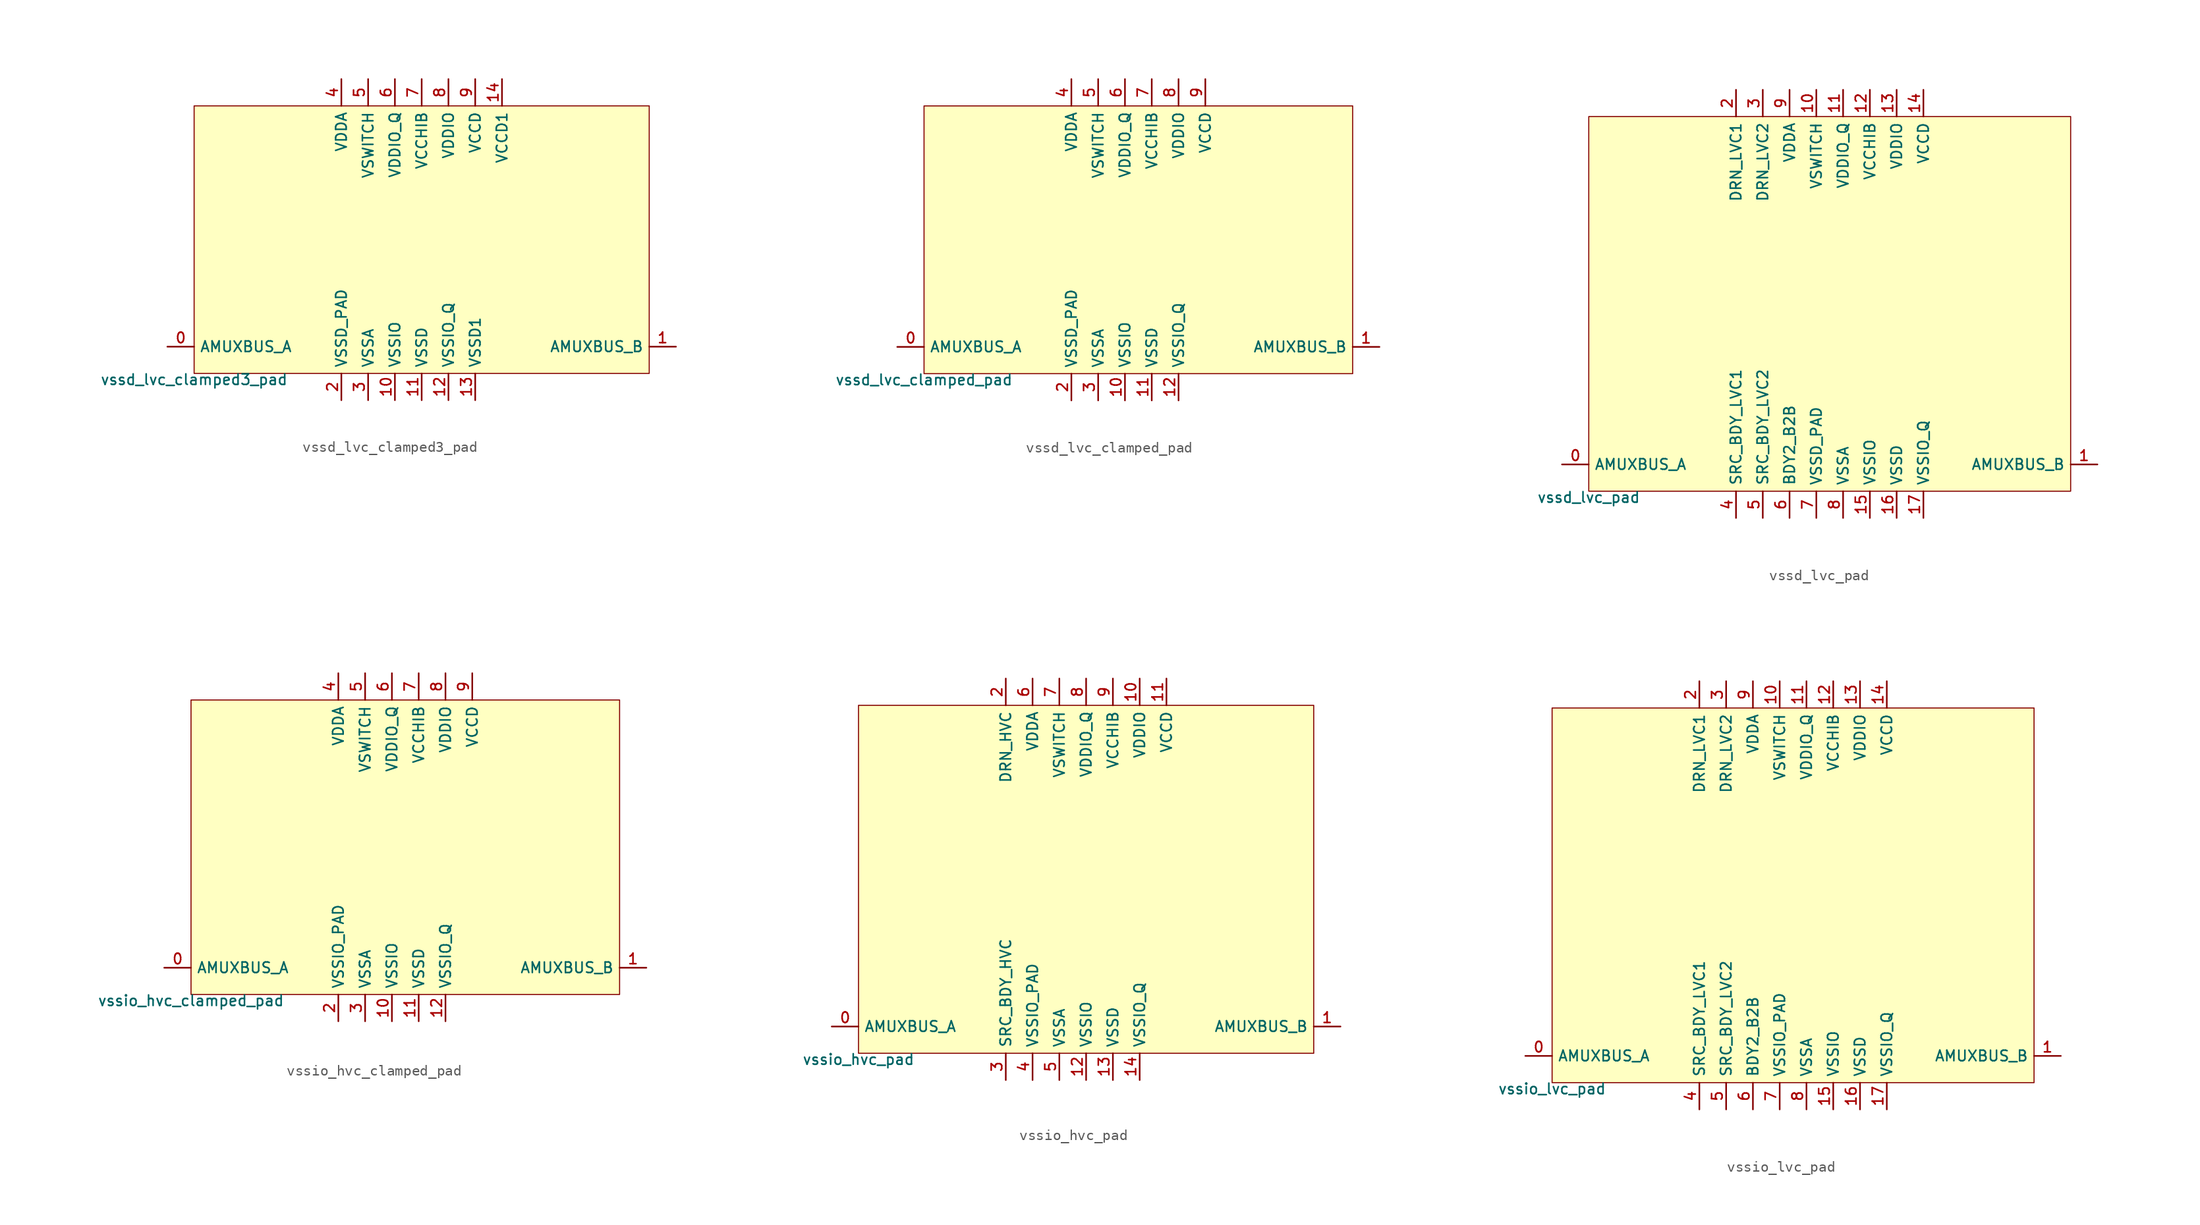
<source format=kicad_sym>
(kicad_symbol_lib
  (version 20211014)
  (generator pdk2kicad)
  (symbol "vssd_lvc_clamped3_pad"
    (property "Reference" "X"
      (at 0 0 0)
      (effects (font (size 1 1)) hide))
    (property "Value" "vssd_lvc_clamped3_pad"
      (at -21.59 -12.7 0)
      (effects (font (size 1 1)) (justify top)))
    (rectangle
      (start -21.59 -12.7)
      (end 21.59 12.7)
      (stroke (width 0.1) (type solid) (color 0 0 0 0))
      (fill (type background)))
    (pin bidirectional line
      (at -24.13 -10.16 0)
      (length 2.54)
      (name "AMUXBUS_A" (effects (font (size 1 1)) hide))
      (number "0" (effects (font (size 1 1)) hide)))
    (pin bidirectional line
      (at 24.13 -10.16 180)
      (length 2.54)
      (name "AMUXBUS_B" (effects (font (size 1 1)) hide))
      (number "1" (effects (font (size 1 1)) hide)))
    (pin power_in line
      (at -7.62 -15.24 90)
      (length 2.54)
      (name "VSSD_PAD" (effects (font (size 1 1)) hide))
      (number "2" (effects (font (size 1 1)) hide)))
    (pin power_in line
      (at -5.08 -15.24 90)
      (length 2.54)
      (name "VSSA" (effects (font (size 1 1)) hide))
      (number "3" (effects (font (size 1 1)) hide)))
    (pin power_in line
      (at -7.62 15.24 270)
      (length 2.54)
      (name "VDDA" (effects (font (size 1 1)) hide))
      (number "4" (effects (font (size 1 1)) hide)))
    (pin power_in line
      (at -5.08 15.24 270)
      (length 2.54)
      (name "VSWITCH" (effects (font (size 1 1)) hide))
      (number "5" (effects (font (size 1 1)) hide)))
    (pin power_in line
      (at -2.54 15.24 270)
      (length 2.54)
      (name "VDDIO_Q" (effects (font (size 1 1)) hide))
      (number "6" (effects (font (size 1 1)) hide)))
    (pin power_in line
      (at 0.0 15.24 270)
      (length 2.54)
      (name "VCCHIB" (effects (font (size 1 1)) hide))
      (number "7" (effects (font (size 1 1)) hide)))
    (pin power_in line
      (at 2.54 15.24 270)
      (length 2.54)
      (name "VDDIO" (effects (font (size 1 1)) hide))
      (number "8" (effects (font (size 1 1)) hide)))
    (pin power_in line
      (at 5.08 15.24 270)
      (length 2.54)
      (name "VCCD" (effects (font (size 1 1)) hide))
      (number "9" (effects (font (size 1 1)) hide)))
    (pin power_in line
      (at -2.54 -15.24 90)
      (length 2.54)
      (name "VSSIO" (effects (font (size 1 1)) hide))
      (number "10" (effects (font (size 1 1)) hide)))
    (pin power_in line
      (at 0.0 -15.24 90)
      (length 2.54)
      (name "VSSD" (effects (font (size 1 1)) hide))
      (number "11" (effects (font (size 1 1)) hide)))
    (pin power_in line
      (at 2.54 -15.24 90)
      (length 2.54)
      (name "VSSIO_Q" (effects (font (size 1 1)) hide))
      (number "12" (effects (font (size 1 1)) hide)))
    (pin power_in line
      (at 5.08 -15.24 90)
      (length 2.54)
      (name "VSSD1" (effects (font (size 1 1)) hide))
      (number "13" (effects (font (size 1 1)) hide)))
    (pin power_in line
      (at 7.62 15.24 270)
      (length 2.54)
      (name "VCCD1" (effects (font (size 1 1)) hide))
      (number "14" (effects (font (size 1 1)) hide))))
  (symbol "vssd_lvc_clamped_pad"
    (property "Reference" "X"
      (at 0 0 0)
      (effects (font (size 1 1)) hide))
    (property "Value" "vssd_lvc_clamped_pad"
      (at -20.32 -12.7 0)
      (effects (font (size 1 1)) (justify top)))
    (rectangle
      (start -20.32 -12.7)
      (end 20.32 12.7)
      (stroke (width 0.1) (type solid) (color 0 0 0 0))
      (fill (type background)))
    (pin bidirectional line
      (at -22.86 -10.16 0)
      (length 2.54)
      (name "AMUXBUS_A" (effects (font (size 1 1)) hide))
      (number "0" (effects (font (size 1 1)) hide)))
    (pin bidirectional line
      (at 22.86 -10.16 180)
      (length 2.54)
      (name "AMUXBUS_B" (effects (font (size 1 1)) hide))
      (number "1" (effects (font (size 1 1)) hide)))
    (pin power_in line
      (at -6.35 -15.24 90)
      (length 2.54)
      (name "VSSD_PAD" (effects (font (size 1 1)) hide))
      (number "2" (effects (font (size 1 1)) hide)))
    (pin power_in line
      (at -3.81 -15.24 90)
      (length 2.54)
      (name "VSSA" (effects (font (size 1 1)) hide))
      (number "3" (effects (font (size 1 1)) hide)))
    (pin power_in line
      (at -6.35 15.24 270)
      (length 2.54)
      (name "VDDA" (effects (font (size 1 1)) hide))
      (number "4" (effects (font (size 1 1)) hide)))
    (pin power_in line
      (at -3.81 15.24 270)
      (length 2.54)
      (name "VSWITCH" (effects (font (size 1 1)) hide))
      (number "5" (effects (font (size 1 1)) hide)))
    (pin power_in line
      (at -1.27 15.24 270)
      (length 2.54)
      (name "VDDIO_Q" (effects (font (size 1 1)) hide))
      (number "6" (effects (font (size 1 1)) hide)))
    (pin power_in line
      (at 1.27 15.24 270)
      (length 2.54)
      (name "VCCHIB" (effects (font (size 1 1)) hide))
      (number "7" (effects (font (size 1 1)) hide)))
    (pin power_in line
      (at 3.81 15.24 270)
      (length 2.54)
      (name "VDDIO" (effects (font (size 1 1)) hide))
      (number "8" (effects (font (size 1 1)) hide)))
    (pin power_in line
      (at 6.35 15.24 270)
      (length 2.54)
      (name "VCCD" (effects (font (size 1 1)) hide))
      (number "9" (effects (font (size 1 1)) hide)))
    (pin power_in line
      (at -1.27 -15.24 90)
      (length 2.54)
      (name "VSSIO" (effects (font (size 1 1)) hide))
      (number "10" (effects (font (size 1 1)) hide)))
    (pin power_in line
      (at 1.27 -15.24 90)
      (length 2.54)
      (name "VSSD" (effects (font (size 1 1)) hide))
      (number "11" (effects (font (size 1 1)) hide)))
    (pin power_in line
      (at 3.81 -15.24 90)
      (length 2.54)
      (name "VSSIO_Q" (effects (font (size 1 1)) hide))
      (number "12" (effects (font (size 1 1)) hide))))
  (symbol "vssd_lvc_pad"
    (property "Reference" "X"
      (at 0 0 0)
      (effects (font (size 1 1)) hide))
    (property "Value" "vssd_lvc_pad"
      (at -22.86 -17.78 0)
      (effects (font (size 1 1)) (justify top)))
    (rectangle
      (start -22.86 -17.78)
      (end 22.86 17.78)
      (stroke (width 0.1) (type solid) (color 0 0 0 0))
      (fill (type background)))
    (pin bidirectional line
      (at -25.4 -15.24 0)
      (length 2.54)
      (name "AMUXBUS_A" (effects (font (size 1 1)) hide))
      (number "0" (effects (font (size 1 1)) hide)))
    (pin bidirectional line
      (at 25.4 -15.24 180)
      (length 2.54)
      (name "AMUXBUS_B" (effects (font (size 1 1)) hide))
      (number "1" (effects (font (size 1 1)) hide)))
    (pin power_in line
      (at -8.89 20.32 270)
      (length 2.54)
      (name "DRN_LVC1" (effects (font (size 1 1)) hide))
      (number "2" (effects (font (size 1 1)) hide)))
    (pin power_in line
      (at -6.35 20.32 270)
      (length 2.54)
      (name "DRN_LVC2" (effects (font (size 1 1)) hide))
      (number "3" (effects (font (size 1 1)) hide)))
    (pin power_in line
      (at -8.89 -20.32 90)
      (length 2.54)
      (name "SRC_BDY_LVC1" (effects (font (size 1 1)) hide))
      (number "4" (effects (font (size 1 1)) hide)))
    (pin power_in line
      (at -6.35 -20.32 90)
      (length 2.54)
      (name "SRC_BDY_LVC2" (effects (font (size 1 1)) hide))
      (number "5" (effects (font (size 1 1)) hide)))
    (pin power_in line
      (at -3.81 -20.32 90)
      (length 2.54)
      (name "BDY2_B2B" (effects (font (size 1 1)) hide))
      (number "6" (effects (font (size 1 1)) hide)))
    (pin power_in line
      (at -1.27 -20.32 90)
      (length 2.54)
      (name "VSSD_PAD" (effects (font (size 1 1)) hide))
      (number "7" (effects (font (size 1 1)) hide)))
    (pin power_in line
      (at 1.27 -20.32 90)
      (length 2.54)
      (name "VSSA" (effects (font (size 1 1)) hide))
      (number "8" (effects (font (size 1 1)) hide)))
    (pin power_in line
      (at -3.81 20.32 270)
      (length 2.54)
      (name "VDDA" (effects (font (size 1 1)) hide))
      (number "9" (effects (font (size 1 1)) hide)))
    (pin power_in line
      (at -1.27 20.32 270)
      (length 2.54)
      (name "VSWITCH" (effects (font (size 1 1)) hide))
      (number "10" (effects (font (size 1 1)) hide)))
    (pin power_in line
      (at 1.27 20.32 270)
      (length 2.54)
      (name "VDDIO_Q" (effects (font (size 1 1)) hide))
      (number "11" (effects (font (size 1 1)) hide)))
    (pin power_in line
      (at 3.81 20.32 270)
      (length 2.54)
      (name "VCCHIB" (effects (font (size 1 1)) hide))
      (number "12" (effects (font (size 1 1)) hide)))
    (pin power_in line
      (at 6.35 20.32 270)
      (length 2.54)
      (name "VDDIO" (effects (font (size 1 1)) hide))
      (number "13" (effects (font (size 1 1)) hide)))
    (pin power_in line
      (at 8.89 20.32 270)
      (length 2.54)
      (name "VCCD" (effects (font (size 1 1)) hide))
      (number "14" (effects (font (size 1 1)) hide)))
    (pin power_in line
      (at 3.81 -20.32 90)
      (length 2.54)
      (name "VSSIO" (effects (font (size 1 1)) hide))
      (number "15" (effects (font (size 1 1)) hide)))
    (pin power_in line
      (at 6.35 -20.32 90)
      (length 2.54)
      (name "VSSD" (effects (font (size 1 1)) hide))
      (number "16" (effects (font (size 1 1)) hide)))
    (pin power_in line
      (at 8.89 -20.32 90)
      (length 2.54)
      (name "VSSIO_Q" (effects (font (size 1 1)) hide))
      (number "17" (effects (font (size 1 1)) hide))))
  (symbol "vssio_hvc_clamped_pad"
    (property "Reference" "X"
      (at 0 0 0)
      (effects (font (size 1 1)) hide))
    (property "Value" "vssio_hvc_clamped_pad"
      (at -20.32 -13.97 0)
      (effects (font (size 1 1)) (justify top)))
    (rectangle
      (start -20.32 -13.97)
      (end 20.32 13.97)
      (stroke (width 0.1) (type solid) (color 0 0 0 0))
      (fill (type background)))
    (pin bidirectional line
      (at -22.86 -11.43 0)
      (length 2.54)
      (name "AMUXBUS_A" (effects (font (size 1 1)) hide))
      (number "0" (effects (font (size 1 1)) hide)))
    (pin bidirectional line
      (at 22.86 -11.43 180)
      (length 2.54)
      (name "AMUXBUS_B" (effects (font (size 1 1)) hide))
      (number "1" (effects (font (size 1 1)) hide)))
    (pin power_in line
      (at -6.35 -16.51 90)
      (length 2.54)
      (name "VSSIO_PAD" (effects (font (size 1 1)) hide))
      (number "2" (effects (font (size 1 1)) hide)))
    (pin power_in line
      (at -3.81 -16.51 90)
      (length 2.54)
      (name "VSSA" (effects (font (size 1 1)) hide))
      (number "3" (effects (font (size 1 1)) hide)))
    (pin power_in line
      (at -6.35 16.51 270)
      (length 2.54)
      (name "VDDA" (effects (font (size 1 1)) hide))
      (number "4" (effects (font (size 1 1)) hide)))
    (pin power_in line
      (at -3.81 16.51 270)
      (length 2.54)
      (name "VSWITCH" (effects (font (size 1 1)) hide))
      (number "5" (effects (font (size 1 1)) hide)))
    (pin power_in line
      (at -1.27 16.51 270)
      (length 2.54)
      (name "VDDIO_Q" (effects (font (size 1 1)) hide))
      (number "6" (effects (font (size 1 1)) hide)))
    (pin power_in line
      (at 1.27 16.51 270)
      (length 2.54)
      (name "VCCHIB" (effects (font (size 1 1)) hide))
      (number "7" (effects (font (size 1 1)) hide)))
    (pin power_in line
      (at 3.81 16.51 270)
      (length 2.54)
      (name "VDDIO" (effects (font (size 1 1)) hide))
      (number "8" (effects (font (size 1 1)) hide)))
    (pin power_in line
      (at 6.35 16.51 270)
      (length 2.54)
      (name "VCCD" (effects (font (size 1 1)) hide))
      (number "9" (effects (font (size 1 1)) hide)))
    (pin power_in line
      (at -1.27 -16.51 90)
      (length 2.54)
      (name "VSSIO" (effects (font (size 1 1)) hide))
      (number "10" (effects (font (size 1 1)) hide)))
    (pin power_in line
      (at 1.27 -16.51 90)
      (length 2.54)
      (name "VSSD" (effects (font (size 1 1)) hide))
      (number "11" (effects (font (size 1 1)) hide)))
    (pin power_in line
      (at 3.81 -16.51 90)
      (length 2.54)
      (name "VSSIO_Q" (effects (font (size 1 1)) hide))
      (number "12" (effects (font (size 1 1)) hide))))
  (symbol "vssio_hvc_pad"
    (property "Reference" "X"
      (at 0 0 0)
      (effects (font (size 1 1)) hide))
    (property "Value" "vssio_hvc_pad"
      (at -21.59 -16.51 0)
      (effects (font (size 1 1)) (justify top)))
    (rectangle
      (start -21.59 -16.51)
      (end 21.59 16.51)
      (stroke (width 0.1) (type solid) (color 0 0 0 0))
      (fill (type background)))
    (pin bidirectional line
      (at -24.13 -13.97 0)
      (length 2.54)
      (name "AMUXBUS_A" (effects (font (size 1 1)) hide))
      (number "0" (effects (font (size 1 1)) hide)))
    (pin bidirectional line
      (at 24.13 -13.97 180)
      (length 2.54)
      (name "AMUXBUS_B" (effects (font (size 1 1)) hide))
      (number "1" (effects (font (size 1 1)) hide)))
    (pin power_in line
      (at -7.62 19.05 270)
      (length 2.54)
      (name "DRN_HVC" (effects (font (size 1 1)) hide))
      (number "2" (effects (font (size 1 1)) hide)))
    (pin power_in line
      (at -7.62 -19.05 90)
      (length 2.54)
      (name "SRC_BDY_HVC" (effects (font (size 1 1)) hide))
      (number "3" (effects (font (size 1 1)) hide)))
    (pin power_in line
      (at -5.08 -19.05 90)
      (length 2.54)
      (name "VSSIO_PAD" (effects (font (size 1 1)) hide))
      (number "4" (effects (font (size 1 1)) hide)))
    (pin power_in line
      (at -2.54 -19.05 90)
      (length 2.54)
      (name "VSSA" (effects (font (size 1 1)) hide))
      (number "5" (effects (font (size 1 1)) hide)))
    (pin power_in line
      (at -5.08 19.05 270)
      (length 2.54)
      (name "VDDA" (effects (font (size 1 1)) hide))
      (number "6" (effects (font (size 1 1)) hide)))
    (pin power_in line
      (at -2.54 19.05 270)
      (length 2.54)
      (name "VSWITCH" (effects (font (size 1 1)) hide))
      (number "7" (effects (font (size 1 1)) hide)))
    (pin power_in line
      (at 0.0 19.05 270)
      (length 2.54)
      (name "VDDIO_Q" (effects (font (size 1 1)) hide))
      (number "8" (effects (font (size 1 1)) hide)))
    (pin power_in line
      (at 2.54 19.05 270)
      (length 2.54)
      (name "VCCHIB" (effects (font (size 1 1)) hide))
      (number "9" (effects (font (size 1 1)) hide)))
    (pin power_in line
      (at 5.08 19.05 270)
      (length 2.54)
      (name "VDDIO" (effects (font (size 1 1)) hide))
      (number "10" (effects (font (size 1 1)) hide)))
    (pin power_in line
      (at 7.62 19.05 270)
      (length 2.54)
      (name "VCCD" (effects (font (size 1 1)) hide))
      (number "11" (effects (font (size 1 1)) hide)))
    (pin power_in line
      (at 0.0 -19.05 90)
      (length 2.54)
      (name "VSSIO" (effects (font (size 1 1)) hide))
      (number "12" (effects (font (size 1 1)) hide)))
    (pin power_in line
      (at 2.54 -19.05 90)
      (length 2.54)
      (name "VSSD" (effects (font (size 1 1)) hide))
      (number "13" (effects (font (size 1 1)) hide)))
    (pin power_in line
      (at 5.08 -19.05 90)
      (length 2.54)
      (name "VSSIO_Q" (effects (font (size 1 1)) hide))
      (number "14" (effects (font (size 1 1)) hide))))
  (symbol "vssio_lvc_pad"
    (property "Reference" "X"
      (at 0 0 0)
      (effects (font (size 1 1)) hide))
    (property "Value" "vssio_lvc_pad"
      (at -22.86 -17.78 0)
      (effects (font (size 1 1)) (justify top)))
    (rectangle
      (start -22.86 -17.78)
      (end 22.86 17.78)
      (stroke (width 0.1) (type solid) (color 0 0 0 0))
      (fill (type background)))
    (pin bidirectional line
      (at -25.4 -15.24 0)
      (length 2.54)
      (name "AMUXBUS_A" (effects (font (size 1 1)) hide))
      (number "0" (effects (font (size 1 1)) hide)))
    (pin bidirectional line
      (at 25.4 -15.24 180)
      (length 2.54)
      (name "AMUXBUS_B" (effects (font (size 1 1)) hide))
      (number "1" (effects (font (size 1 1)) hide)))
    (pin power_in line
      (at -8.89 20.32 270)
      (length 2.54)
      (name "DRN_LVC1" (effects (font (size 1 1)) hide))
      (number "2" (effects (font (size 1 1)) hide)))
    (pin power_in line
      (at -6.35 20.32 270)
      (length 2.54)
      (name "DRN_LVC2" (effects (font (size 1 1)) hide))
      (number "3" (effects (font (size 1 1)) hide)))
    (pin power_in line
      (at -8.89 -20.32 90)
      (length 2.54)
      (name "SRC_BDY_LVC1" (effects (font (size 1 1)) hide))
      (number "4" (effects (font (size 1 1)) hide)))
    (pin power_in line
      (at -6.35 -20.32 90)
      (length 2.54)
      (name "SRC_BDY_LVC2" (effects (font (size 1 1)) hide))
      (number "5" (effects (font (size 1 1)) hide)))
    (pin power_in line
      (at -3.81 -20.32 90)
      (length 2.54)
      (name "BDY2_B2B" (effects (font (size 1 1)) hide))
      (number "6" (effects (font (size 1 1)) hide)))
    (pin power_in line
      (at -1.27 -20.32 90)
      (length 2.54)
      (name "VSSIO_PAD" (effects (font (size 1 1)) hide))
      (number "7" (effects (font (size 1 1)) hide)))
    (pin power_in line
      (at 1.27 -20.32 90)
      (length 2.54)
      (name "VSSA" (effects (font (size 1 1)) hide))
      (number "8" (effects (font (size 1 1)) hide)))
    (pin power_in line
      (at -3.81 20.32 270)
      (length 2.54)
      (name "VDDA" (effects (font (size 1 1)) hide))
      (number "9" (effects (font (size 1 1)) hide)))
    (pin power_in line
      (at -1.27 20.32 270)
      (length 2.54)
      (name "VSWITCH" (effects (font (size 1 1)) hide))
      (number "10" (effects (font (size 1 1)) hide)))
    (pin power_in line
      (at 1.27 20.32 270)
      (length 2.54)
      (name "VDDIO_Q" (effects (font (size 1 1)) hide))
      (number "11" (effects (font (size 1 1)) hide)))
    (pin power_in line
      (at 3.81 20.32 270)
      (length 2.54)
      (name "VCCHIB" (effects (font (size 1 1)) hide))
      (number "12" (effects (font (size 1 1)) hide)))
    (pin power_in line
      (at 6.35 20.32 270)
      (length 2.54)
      (name "VDDIO" (effects (font (size 1 1)) hide))
      (number "13" (effects (font (size 1 1)) hide)))
    (pin power_in line
      (at 8.89 20.32 270)
      (length 2.54)
      (name "VCCD" (effects (font (size 1 1)) hide))
      (number "14" (effects (font (size 1 1)) hide)))
    (pin power_in line
      (at 3.81 -20.32 90)
      (length 2.54)
      (name "VSSIO" (effects (font (size 1 1)) hide))
      (number "15" (effects (font (size 1 1)) hide)))
    (pin power_in line
      (at 6.35 -20.32 90)
      (length 2.54)
      (name "VSSD" (effects (font (size 1 1)) hide))
      (number "16" (effects (font (size 1 1)) hide)))
    (pin power_in line
      (at 8.89 -20.32 90)
      (length 2.54)
      (name "VSSIO_Q" (effects (font (size 1 1)) hide))
      (number "17" (effects (font (size 1 1)) hide)))))
</source>
